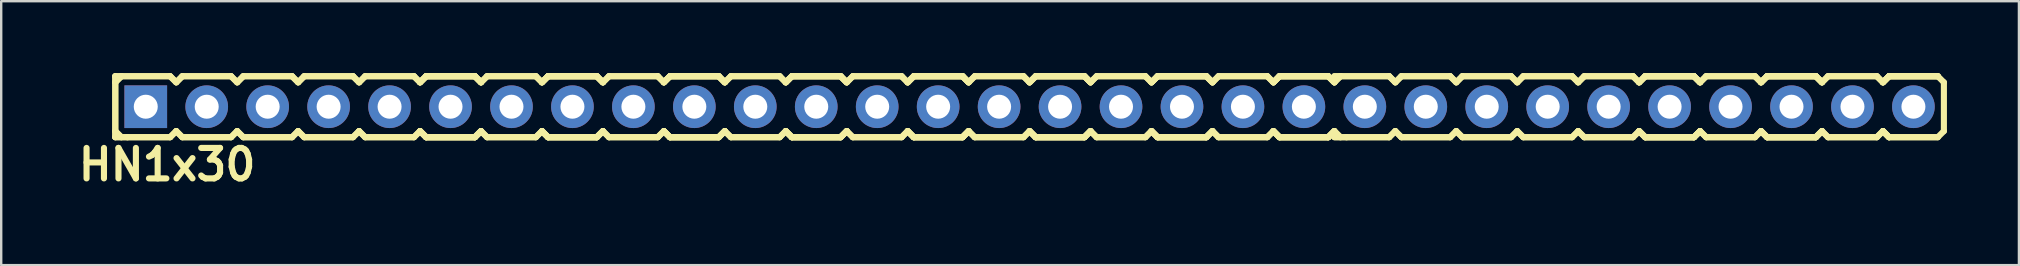
<source format=kicad_pcb>
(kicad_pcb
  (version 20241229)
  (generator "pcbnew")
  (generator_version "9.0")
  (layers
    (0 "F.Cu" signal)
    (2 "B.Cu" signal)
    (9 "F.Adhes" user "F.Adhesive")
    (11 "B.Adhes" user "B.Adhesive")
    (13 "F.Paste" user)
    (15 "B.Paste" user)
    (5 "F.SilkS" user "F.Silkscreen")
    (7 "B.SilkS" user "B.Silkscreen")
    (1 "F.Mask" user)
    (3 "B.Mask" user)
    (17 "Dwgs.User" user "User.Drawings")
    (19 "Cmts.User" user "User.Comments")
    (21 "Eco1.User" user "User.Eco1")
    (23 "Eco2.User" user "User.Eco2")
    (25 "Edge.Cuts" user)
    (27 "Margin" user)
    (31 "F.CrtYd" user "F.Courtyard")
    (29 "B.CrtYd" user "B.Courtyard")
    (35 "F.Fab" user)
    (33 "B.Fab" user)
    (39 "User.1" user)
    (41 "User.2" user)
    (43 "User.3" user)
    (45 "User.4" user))
  (footprint "HN1x30"
    (layer "F.Cu")
    (at 39.854 1.397)
    (property "Reference" "HN1x30" (at -35.941 2.413 0) (layer "F.SilkS") (effects (font (size 1.27 1.27) (thickness 0.254))))
    (attr through_hole)
    (fp_line (start -38.1 -1.27) (end -38.1 1.27) (stroke (width 0.254) (type solid)) (layer "F.SilkS"))
    (fp_line (start -38.1 -1.27) (end -38.1 1.27) (stroke (width 0.254) (type solid)) (layer "F.SilkS"))
    (fp_line (start -38.1 -1.27) (end -37.846 -1.27) (stroke (width 0.254) (type solid)) (layer "F.SilkS"))
    (fp_line (start -38.1 -1.27) (end -37.846 -1.27) (stroke (width 0.254) (type solid)) (layer "F.SilkS"))
    (fp_line (start -38.1 -1.016) (end -37.846 -1.27) (stroke (width 0.254) (type solid)) (layer "F.SilkS"))
    (fp_line (start -38.1 -1.016) (end -37.846 -1.27) (stroke (width 0.254) (type solid)) (layer "F.SilkS"))
    (fp_line (start -37.846 -1.27) (end -35.814 -1.27) (stroke (width 0.254) (type solid)) (layer "F.SilkS"))
    (fp_line (start -37.846 -1.27) (end -35.814 -1.27) (stroke (width 0.254) (type solid)) (layer "F.SilkS"))
    (fp_line (start -37.846 1.27) (end -38.1 1.016) (stroke (width 0.254) (type solid)) (layer "F.SilkS"))
    (fp_line (start -37.846 1.27) (end -38.1 1.016) (stroke (width 0.254) (type solid)) (layer "F.SilkS"))
    (fp_line (start -37.592 1.27) (end -38.1 1.27) (stroke (width 0.254) (type solid)) (layer "F.SilkS"))
    (fp_line (start -37.592 1.27) (end -38.1 1.27) (stroke (width 0.254) (type solid)) (layer "F.SilkS"))
    (fp_line (start -35.814 -1.27) (end -35.56 -1.016) (stroke (width 0.254) (type solid)) (layer "F.SilkS"))
    (fp_line (start -35.814 -1.27) (end -35.56 -1.016) (stroke (width 0.254) (type solid)) (layer "F.SilkS"))
    (fp_line (start -35.814 1.27) (end -37.592 1.27) (stroke (width 0.254) (type solid)) (layer "F.SilkS"))
    (fp_line (start -35.814 1.27) (end -37.592 1.27) (stroke (width 0.254) (type solid)) (layer "F.SilkS"))
    (fp_line (start -35.56 -1.016) (end -35.306 -1.27) (stroke (width 0.254) (type solid)) (layer "F.SilkS"))
    (fp_line (start -35.56 -1.016) (end -35.306 -1.27) (stroke (width 0.254) (type solid)) (layer "F.SilkS"))
    (fp_line (start -35.56 1.016) (end -35.814 1.27) (stroke (width 0.254) (type solid)) (layer "F.SilkS"))
    (fp_line (start -35.56 1.016) (end -35.814 1.27) (stroke (width 0.254) (type solid)) (layer "F.SilkS"))
    (fp_line (start -35.306 -1.27) (end -33.274 -1.27) (stroke (width 0.254) (type solid)) (layer "F.SilkS"))
    (fp_line (start -35.306 -1.27) (end -33.274 -1.27) (stroke (width 0.254) (type solid)) (layer "F.SilkS"))
    (fp_line (start -35.306 1.27) (end -35.56 1.016) (stroke (width 0.254) (type solid)) (layer "F.SilkS"))
    (fp_line (start -35.306 1.27) (end -35.56 1.016) (stroke (width 0.254) (type solid)) (layer "F.SilkS"))
    (fp_line (start -33.274 -1.27) (end -33.02 -1.016) (stroke (width 0.254) (type solid)) (layer "F.SilkS"))
    (fp_line (start -33.274 -1.27) (end -33.02 -1.016) (stroke (width 0.254) (type solid)) (layer "F.SilkS"))
    (fp_line (start -33.274 1.27) (end -35.306 1.27) (stroke (width 0.254) (type solid)) (layer "F.SilkS"))
    (fp_line (start -33.274 1.27) (end -35.306 1.27) (stroke (width 0.254) (type solid)) (layer "F.SilkS"))
    (fp_line (start -33.274 1.27) (end -33.02 1.016) (stroke (width 0.254) (type solid)) (layer "F.SilkS"))
    (fp_line (start -33.274 1.27) (end -33.02 1.016) (stroke (width 0.254) (type solid)) (layer "F.SilkS"))
    (fp_line (start -33.02 -1.016) (end -32.766 -1.27) (stroke (width 0.254) (type solid)) (layer "F.SilkS"))
    (fp_line (start -33.02 -1.016) (end -32.766 -1.27) (stroke (width 0.254) (type solid)) (layer "F.SilkS"))
    (fp_line (start -33.02 1.016) (end -32.766 1.27) (stroke (width 0.254) (type solid)) (layer "F.SilkS"))
    (fp_line (start -33.02 1.016) (end -32.766 1.27) (stroke (width 0.254) (type solid)) (layer "F.SilkS"))
    (fp_line (start -32.766 -1.27) (end -30.734 -1.27) (stroke (width 0.254) (type solid)) (layer "F.SilkS"))
    (fp_line (start -32.766 -1.27) (end -30.734 -1.27) (stroke (width 0.254) (type solid)) (layer "F.SilkS"))
    (fp_line (start -30.734 -1.27) (end -30.48 -1.016) (stroke (width 0.254) (type solid)) (layer "F.SilkS"))
    (fp_line (start -30.734 -1.27) (end -30.48 -1.016) (stroke (width 0.254) (type solid)) (layer "F.SilkS"))
    (fp_line (start -30.734 1.27) (end -32.766 1.27) (stroke (width 0.254) (type solid)) (layer "F.SilkS"))
    (fp_line (start -30.734 1.27) (end -32.766 1.27) (stroke (width 0.254) (type solid)) (layer "F.SilkS"))
    (fp_line (start -30.48 -1.016) (end -30.226 -1.27) (stroke (width 0.254) (type solid)) (layer "F.SilkS"))
    (fp_line (start -30.48 -1.016) (end -30.226 -1.27) (stroke (width 0.254) (type solid)) (layer "F.SilkS"))
    (fp_line (start -30.48 1.016) (end -30.734 1.27) (stroke (width 0.254) (type solid)) (layer "F.SilkS"))
    (fp_line (start -30.48 1.016) (end -30.734 1.27) (stroke (width 0.254) (type solid)) (layer "F.SilkS"))
    (fp_line (start -30.226 -1.27) (end -28.194 -1.27) (stroke (width 0.254) (type solid)) (layer "F.SilkS"))
    (fp_line (start -30.226 -1.27) (end -28.194 -1.27) (stroke (width 0.254) (type solid)) (layer "F.SilkS"))
    (fp_line (start -30.226 1.27) (end -30.48 1.016) (stroke (width 0.254) (type solid)) (layer "F.SilkS"))
    (fp_line (start -30.226 1.27) (end -30.48 1.016) (stroke (width 0.254) (type solid)) (layer "F.SilkS"))
    (fp_line (start -28.194 -1.27) (end -27.94 -1.016) (stroke (width 0.254) (type solid)) (layer "F.SilkS"))
    (fp_line (start -28.194 -1.27) (end -27.94 -1.016) (stroke (width 0.254) (type solid)) (layer "F.SilkS"))
    (fp_line (start -28.194 1.27) (end -30.226 1.27) (stroke (width 0.254) (type solid)) (layer "F.SilkS"))
    (fp_line (start -28.194 1.27) (end -30.226 1.27) (stroke (width 0.254) (type solid)) (layer "F.SilkS"))
    (fp_line (start -27.94 -1.016) (end -27.686 -1.27) (stroke (width 0.254) (type solid)) (layer "F.SilkS"))
    (fp_line (start -27.94 -1.016) (end -27.686 -1.27) (stroke (width 0.254) (type solid)) (layer "F.SilkS"))
    (fp_line (start -27.94 1.016) (end -28.194 1.27) (stroke (width 0.254) (type solid)) (layer "F.SilkS"))
    (fp_line (start -27.94 1.016) (end -28.194 1.27) (stroke (width 0.254) (type solid)) (layer "F.SilkS"))
    (fp_line (start -27.686 -1.27) (end -25.654 -1.27) (stroke (width 0.254) (type solid)) (layer "F.SilkS"))
    (fp_line (start -27.686 -1.27) (end -25.654 -1.27) (stroke (width 0.254) (type solid)) (layer "F.SilkS"))
    (fp_line (start -27.686 1.27) (end -27.94 1.016) (stroke (width 0.254) (type solid)) (layer "F.SilkS"))
    (fp_line (start -27.686 1.27) (end -27.94 1.016) (stroke (width 0.254) (type solid)) (layer "F.SilkS"))
    (fp_line (start -25.654 -1.27) (end -25.4 -1.016) (stroke (width 0.254) (type solid)) (layer "F.SilkS"))
    (fp_line (start -25.654 -1.27) (end -25.4 -1.016) (stroke (width 0.254) (type solid)) (layer "F.SilkS"))
    (fp_line (start -25.654 1.27) (end -27.686 1.27) (stroke (width 0.254) (type solid)) (layer "F.SilkS"))
    (fp_line (start -25.654 1.27) (end -27.686 1.27) (stroke (width 0.254) (type solid)) (layer "F.SilkS"))
    (fp_line (start -25.4 -1.016) (end -25.146 -1.27) (stroke (width 0.254) (type solid)) (layer "F.SilkS"))
    (fp_line (start -25.4 -1.016) (end -25.146 -1.27) (stroke (width 0.254) (type solid)) (layer "F.SilkS"))
    (fp_line (start -25.4 -1.016) (end -25.146 -1.27) (stroke (width 0.254) (type solid)) (layer "F.SilkS"))
    (fp_line (start -25.4 -1.016) (end -25.146 -1.27) (stroke (width 0.254) (type solid)) (layer "F.SilkS"))
    (fp_line (start -25.4 1.016) (end -25.654 1.27) (stroke (width 0.254) (type solid)) (layer "F.SilkS"))
    (fp_line (start -25.4 1.016) (end -25.654 1.27) (stroke (width 0.254) (type solid)) (layer "F.SilkS"))
    (fp_line (start -25.146 -1.27) (end -23.114 -1.27) (stroke (width 0.254) (type solid)) (layer "F.SilkS"))
    (fp_line (start -25.146 -1.27) (end -23.114 -1.27) (stroke (width 0.254) (type solid)) (layer "F.SilkS"))
    (fp_line (start -25.146 -1.27) (end -23.114 -1.27) (stroke (width 0.254) (type solid)) (layer "F.SilkS"))
    (fp_line (start -25.146 -1.27) (end -23.114 -1.27) (stroke (width 0.254) (type solid)) (layer "F.SilkS"))
    (fp_line (start -25.146 1.27) (end -25.4 1.016) (stroke (width 0.254) (type solid)) (layer "F.SilkS"))
    (fp_line (start -25.146 1.27) (end -25.4 1.016) (stroke (width 0.254) (type solid)) (layer "F.SilkS"))
    (fp_line (start -25.146 1.27) (end -25.4 1.016) (stroke (width 0.254) (type solid)) (layer "F.SilkS"))
    (fp_line (start -25.146 1.27) (end -25.4 1.016) (stroke (width 0.254) (type solid)) (layer "F.SilkS"))
    (fp_line (start -23.114 -1.27) (end -22.86 -1.016) (stroke (width 0.254) (type solid)) (layer "F.SilkS"))
    (fp_line (start -23.114 -1.27) (end -22.86 -1.016) (stroke (width 0.254) (type solid)) (layer "F.SilkS"))
    (fp_line (start -23.114 -1.27) (end -22.86 -1.016) (stroke (width 0.254) (type solid)) (layer "F.SilkS"))
    (fp_line (start -23.114 -1.27) (end -22.86 -1.016) (stroke (width 0.254) (type solid)) (layer "F.SilkS"))
    (fp_line (start -23.114 1.27) (end -25.146 1.27) (stroke (width 0.254) (type solid)) (layer "F.SilkS"))
    (fp_line (start -23.114 1.27) (end -25.146 1.27) (stroke (width 0.254) (type solid)) (layer "F.SilkS"))
    (fp_line (start -23.114 1.27) (end -25.146 1.27) (stroke (width 0.254) (type solid)) (layer "F.SilkS"))
    (fp_line (start -23.114 1.27) (end -25.146 1.27) (stroke (width 0.254) (type solid)) (layer "F.SilkS"))
    (fp_line (start -22.86 -1.016) (end -22.606 -1.27) (stroke (width 0.254) (type solid)) (layer "F.SilkS"))
    (fp_line (start -22.86 -1.016) (end -22.606 -1.27) (stroke (width 0.254) (type solid)) (layer "F.SilkS"))
    (fp_line (start -22.86 1.016) (end -23.114 1.27) (stroke (width 0.254) (type solid)) (layer "F.SilkS"))
    (fp_line (start -22.86 1.016) (end -23.114 1.27) (stroke (width 0.254) (type solid)) (layer "F.SilkS"))
    (fp_line (start -22.86 1.016) (end -23.114 1.27) (stroke (width 0.254) (type solid)) (layer "F.SilkS"))
    (fp_line (start -22.86 1.016) (end -23.114 1.27) (stroke (width 0.254) (type solid)) (layer "F.SilkS"))
    (fp_line (start -22.606 -1.27) (end -20.574 -1.27) (stroke (width 0.254) (type solid)) (layer "F.SilkS"))
    (fp_line (start -22.606 -1.27) (end -20.574 -1.27) (stroke (width 0.254) (type solid)) (layer "F.SilkS"))
    (fp_line (start -22.606 1.27) (end -22.86 1.016) (stroke (width 0.254) (type solid)) (layer "F.SilkS"))
    (fp_line (start -22.606 1.27) (end -22.86 1.016) (stroke (width 0.254) (type solid)) (layer "F.SilkS"))
    (fp_line (start -20.574 -1.27) (end -20.32 -1.016) (stroke (width 0.254) (type solid)) (layer "F.SilkS"))
    (fp_line (start -20.574 -1.27) (end -20.32 -1.016) (stroke (width 0.254) (type solid)) (layer "F.SilkS"))
    (fp_line (start -20.574 1.27) (end -22.606 1.27) (stroke (width 0.254) (type solid)) (layer "F.SilkS"))
    (fp_line (start -20.574 1.27) (end -22.606 1.27) (stroke (width 0.254) (type solid)) (layer "F.SilkS"))
    (fp_line (start -20.32 -1.016) (end -20.066 -1.27) (stroke (width 0.254) (type solid)) (layer "F.SilkS"))
    (fp_line (start -20.32 -1.016) (end -20.066 -1.27) (stroke (width 0.254) (type solid)) (layer "F.SilkS"))
    (fp_line (start -20.32 -1.016) (end -20.066 -1.27) (stroke (width 0.254) (type solid)) (layer "F.SilkS"))
    (fp_line (start -20.32 -1.016) (end -20.066 -1.27) (stroke (width 0.254) (type solid)) (layer "F.SilkS"))
    (fp_line (start -20.32 1.016) (end -20.574 1.27) (stroke (width 0.254) (type solid)) (layer "F.SilkS"))
    (fp_line (start -20.32 1.016) (end -20.574 1.27) (stroke (width 0.254) (type solid)) (layer "F.SilkS"))
    (fp_line (start -20.066 -1.27) (end -18.034 -1.27) (stroke (width 0.254) (type solid)) (layer "F.SilkS"))
    (fp_line (start -20.066 -1.27) (end -18.034 -1.27) (stroke (width 0.254) (type solid)) (layer "F.SilkS"))
    (fp_line (start -20.066 -1.27) (end -18.034 -1.27) (stroke (width 0.254) (type solid)) (layer "F.SilkS"))
    (fp_line (start -20.066 -1.27) (end -18.034 -1.27) (stroke (width 0.254) (type solid)) (layer "F.SilkS"))
    (fp_line (start -20.066 1.27) (end -20.32 1.016) (stroke (width 0.254) (type solid)) (layer "F.SilkS"))
    (fp_line (start -20.066 1.27) (end -20.32 1.016) (stroke (width 0.254) (type solid)) (layer "F.SilkS"))
    (fp_line (start -20.066 1.27) (end -20.32 1.016) (stroke (width 0.254) (type solid)) (layer "F.SilkS"))
    (fp_line (start -20.066 1.27) (end -20.32 1.016) (stroke (width 0.254) (type solid)) (layer "F.SilkS"))
    (fp_line (start -18.034 -1.27) (end -17.78 -1.016) (stroke (width 0.254) (type solid)) (layer "F.SilkS"))
    (fp_line (start -18.034 -1.27) (end -17.78 -1.016) (stroke (width 0.254) (type solid)) (layer "F.SilkS"))
    (fp_line (start -18.034 -1.27) (end -17.78 -1.016) (stroke (width 0.254) (type solid)) (layer "F.SilkS"))
    (fp_line (start -18.034 -1.27) (end -17.78 -1.016) (stroke (width 0.254) (type solid)) (layer "F.SilkS"))
    (fp_line (start -18.034 1.27) (end -20.066 1.27) (stroke (width 0.254) (type solid)) (layer "F.SilkS"))
    (fp_line (start -18.034 1.27) (end -20.066 1.27) (stroke (width 0.254) (type solid)) (layer "F.SilkS"))
    (fp_line (start -18.034 1.27) (end -20.066 1.27) (stroke (width 0.254) (type solid)) (layer "F.SilkS"))
    (fp_line (start -18.034 1.27) (end -20.066 1.27) (stroke (width 0.254) (type solid)) (layer "F.SilkS"))
    (fp_line (start -17.78 -1.016) (end -17.526 -1.27) (stroke (width 0.254) (type solid)) (layer "F.SilkS"))
    (fp_line (start -17.78 -1.016) (end -17.526 -1.27) (stroke (width 0.254) (type solid)) (layer "F.SilkS"))
    (fp_line (start -17.78 1.016) (end -18.034 1.27) (stroke (width 0.254) (type solid)) (layer "F.SilkS"))
    (fp_line (start -17.78 1.016) (end -18.034 1.27) (stroke (width 0.254) (type solid)) (layer "F.SilkS"))
    (fp_line (start -17.78 1.016) (end -18.034 1.27) (stroke (width 0.254) (type solid)) (layer "F.SilkS"))
    (fp_line (start -17.78 1.016) (end -18.034 1.27) (stroke (width 0.254) (type solid)) (layer "F.SilkS"))
    (fp_line (start -17.526 -1.27) (end -15.494 -1.27) (stroke (width 0.254) (type solid)) (layer "F.SilkS"))
    (fp_line (start -17.526 -1.27) (end -15.494 -1.27) (stroke (width 0.254) (type solid)) (layer "F.SilkS"))
    (fp_line (start -17.526 1.27) (end -17.78 1.016) (stroke (width 0.254) (type solid)) (layer "F.SilkS"))
    (fp_line (start -17.526 1.27) (end -17.78 1.016) (stroke (width 0.254) (type solid)) (layer "F.SilkS"))
    (fp_line (start -15.494 -1.27) (end -15.24 -1.016) (stroke (width 0.254) (type solid)) (layer "F.SilkS"))
    (fp_line (start -15.494 -1.27) (end -15.24 -1.016) (stroke (width 0.254) (type solid)) (layer "F.SilkS"))
    (fp_line (start -15.494 1.27) (end -17.526 1.27) (stroke (width 0.254) (type solid)) (layer "F.SilkS"))
    (fp_line (start -15.494 1.27) (end -17.526 1.27) (stroke (width 0.254) (type solid)) (layer "F.SilkS"))
    (fp_line (start -15.24 -1.016) (end -14.986 -1.27) (stroke (width 0.254) (type solid)) (layer "F.SilkS"))
    (fp_line (start -15.24 -1.016) (end -14.986 -1.27) (stroke (width 0.254) (type solid)) (layer "F.SilkS"))
    (fp_line (start -15.24 -1.016) (end -14.986 -1.27) (stroke (width 0.254) (type solid)) (layer "F.SilkS"))
    (fp_line (start -15.24 -1.016) (end -14.986 -1.27) (stroke (width 0.254) (type solid)) (layer "F.SilkS"))
    (fp_line (start -15.24 1.016) (end -15.494 1.27) (stroke (width 0.254) (type solid)) (layer "F.SilkS"))
    (fp_line (start -15.24 1.016) (end -15.494 1.27) (stroke (width 0.254) (type solid)) (layer "F.SilkS"))
    (fp_line (start -14.986 -1.27) (end -12.954 -1.27) (stroke (width 0.254) (type solid)) (layer "F.SilkS"))
    (fp_line (start -14.986 -1.27) (end -12.954 -1.27) (stroke (width 0.254) (type solid)) (layer "F.SilkS"))
    (fp_line (start -14.986 -1.27) (end -12.954 -1.27) (stroke (width 0.254) (type solid)) (layer "F.SilkS"))
    (fp_line (start -14.986 -1.27) (end -12.954 -1.27) (stroke (width 0.254) (type solid)) (layer "F.SilkS"))
    (fp_line (start -14.986 1.27) (end -15.24 1.016) (stroke (width 0.254) (type solid)) (layer "F.SilkS"))
    (fp_line (start -14.986 1.27) (end -15.24 1.016) (stroke (width 0.254) (type solid)) (layer "F.SilkS"))
    (fp_line (start -14.986 1.27) (end -15.24 1.016) (stroke (width 0.254) (type solid)) (layer "F.SilkS"))
    (fp_line (start -14.986 1.27) (end -15.24 1.016) (stroke (width 0.254) (type solid)) (layer "F.SilkS"))
    (fp_line (start -12.954 -1.27) (end -12.7 -1.016) (stroke (width 0.254) (type solid)) (layer "F.SilkS"))
    (fp_line (start -12.954 -1.27) (end -12.7 -1.016) (stroke (width 0.254) (type solid)) (layer "F.SilkS"))
    (fp_line (start -12.954 -1.27) (end -12.7 -1.016) (stroke (width 0.254) (type solid)) (layer "F.SilkS"))
    (fp_line (start -12.954 -1.27) (end -12.7 -1.016) (stroke (width 0.254) (type solid)) (layer "F.SilkS"))
    (fp_line (start -12.954 1.27) (end -14.986 1.27) (stroke (width 0.254) (type solid)) (layer "F.SilkS"))
    (fp_line (start -12.954 1.27) (end -14.986 1.27) (stroke (width 0.254) (type solid)) (layer "F.SilkS"))
    (fp_line (start -12.954 1.27) (end -14.986 1.27) (stroke (width 0.254) (type solid)) (layer "F.SilkS"))
    (fp_line (start -12.954 1.27) (end -14.986 1.27) (stroke (width 0.254) (type solid)) (layer "F.SilkS"))
    (fp_line (start -12.7 -1.016) (end -12.446 -1.27) (stroke (width 0.254) (type solid)) (layer "F.SilkS"))
    (fp_line (start -12.7 -1.016) (end -12.446 -1.27) (stroke (width 0.254) (type solid)) (layer "F.SilkS"))
    (fp_line (start -12.7 1.016) (end -12.954 1.27) (stroke (width 0.254) (type solid)) (layer "F.SilkS"))
    (fp_line (start -12.7 1.016) (end -12.954 1.27) (stroke (width 0.254) (type solid)) (layer "F.SilkS"))
    (fp_line (start -12.7 1.016) (end -12.954 1.27) (stroke (width 0.254) (type solid)) (layer "F.SilkS"))
    (fp_line (start -12.7 1.016) (end -12.954 1.27) (stroke (width 0.254) (type solid)) (layer "F.SilkS"))
    (fp_line (start -12.446 -1.27) (end -10.414 -1.27) (stroke (width 0.254) (type solid)) (layer "F.SilkS"))
    (fp_line (start -12.446 -1.27) (end -10.414 -1.27) (stroke (width 0.254) (type solid)) (layer "F.SilkS"))
    (fp_line (start -12.446 1.27) (end -12.7 1.016) (stroke (width 0.254) (type solid)) (layer "F.SilkS"))
    (fp_line (start -12.446 1.27) (end -12.7 1.016) (stroke (width 0.254) (type solid)) (layer "F.SilkS"))
    (fp_line (start -10.414 -1.27) (end -10.16 -1.016) (stroke (width 0.254) (type solid)) (layer "F.SilkS"))
    (fp_line (start -10.414 -1.27) (end -10.16 -1.016) (stroke (width 0.254) (type solid)) (layer "F.SilkS"))
    (fp_line (start -10.414 1.27) (end -12.446 1.27) (stroke (width 0.254) (type solid)) (layer "F.SilkS"))
    (fp_line (start -10.414 1.27) (end -12.446 1.27) (stroke (width 0.254) (type solid)) (layer "F.SilkS"))
    (fp_line (start -10.16 -1.016) (end -9.906 -1.27) (stroke (width 0.254) (type solid)) (layer "F.SilkS"))
    (fp_line (start -10.16 -1.016) (end -9.906 -1.27) (stroke (width 0.254) (type solid)) (layer "F.SilkS"))
    (fp_line (start -10.16 -1.016) (end -9.906 -1.27) (stroke (width 0.254) (type solid)) (layer "F.SilkS"))
    (fp_line (start -10.16 -1.016) (end -9.906 -1.27) (stroke (width 0.254) (type solid)) (layer "F.SilkS"))
    (fp_line (start -10.16 1.016) (end -10.414 1.27) (stroke (width 0.254) (type solid)) (layer "F.SilkS"))
    (fp_line (start -10.16 1.016) (end -10.414 1.27) (stroke (width 0.254) (type solid)) (layer "F.SilkS"))
    (fp_line (start -9.906 -1.27) (end -7.874 -1.27) (stroke (width 0.254) (type solid)) (layer "F.SilkS"))
    (fp_line (start -9.906 -1.27) (end -7.874 -1.27) (stroke (width 0.254) (type solid)) (layer "F.SilkS"))
    (fp_line (start -9.906 -1.27) (end -7.874 -1.27) (stroke (width 0.254) (type solid)) (layer "F.SilkS"))
    (fp_line (start -9.906 -1.27) (end -7.874 -1.27) (stroke (width 0.254) (type solid)) (layer "F.SilkS"))
    (fp_line (start -9.906 1.27) (end -10.16 1.016) (stroke (width 0.254) (type solid)) (layer "F.SilkS"))
    (fp_line (start -9.906 1.27) (end -10.16 1.016) (stroke (width 0.254) (type solid)) (layer "F.SilkS"))
    (fp_line (start -9.906 1.27) (end -10.16 1.016) (stroke (width 0.254) (type solid)) (layer "F.SilkS"))
    (fp_line (start -9.906 1.27) (end -10.16 1.016) (stroke (width 0.254) (type solid)) (layer "F.SilkS"))
    (fp_line (start -7.874 -1.27) (end -7.62 -1.016) (stroke (width 0.254) (type solid)) (layer "F.SilkS"))
    (fp_line (start -7.874 -1.27) (end -7.62 -1.016) (stroke (width 0.254) (type solid)) (layer "F.SilkS"))
    (fp_line (start -7.874 -1.27) (end -7.62 -1.016) (stroke (width 0.254) (type solid)) (layer "F.SilkS"))
    (fp_line (start -7.874 -1.27) (end -7.62 -1.016) (stroke (width 0.254) (type solid)) (layer "F.SilkS"))
    (fp_line (start -7.874 1.27) (end -9.906 1.27) (stroke (width 0.254) (type solid)) (layer "F.SilkS"))
    (fp_line (start -7.874 1.27) (end -9.906 1.27) (stroke (width 0.254) (type solid)) (layer "F.SilkS"))
    (fp_line (start -7.874 1.27) (end -9.906 1.27) (stroke (width 0.254) (type solid)) (layer "F.SilkS"))
    (fp_line (start -7.874 1.27) (end -9.906 1.27) (stroke (width 0.254) (type solid)) (layer "F.SilkS"))
    (fp_line (start -7.62 -1.016) (end -7.366 -1.27) (stroke (width 0.254) (type solid)) (layer "F.SilkS"))
    (fp_line (start -7.62 -1.016) (end -7.366 -1.27) (stroke (width 0.254) (type solid)) (layer "F.SilkS"))
    (fp_line (start -7.62 1.016) (end -7.874 1.27) (stroke (width 0.254) (type solid)) (layer "F.SilkS"))
    (fp_line (start -7.62 1.016) (end -7.874 1.27) (stroke (width 0.254) (type solid)) (layer "F.SilkS"))
    (fp_line (start -7.62 1.016) (end -7.874 1.27) (stroke (width 0.254) (type solid)) (layer "F.SilkS"))
    (fp_line (start -7.62 1.016) (end -7.874 1.27) (stroke (width 0.254) (type solid)) (layer "F.SilkS"))
    (fp_line (start -7.366 -1.27) (end -5.334 -1.27) (stroke (width 0.254) (type solid)) (layer "F.SilkS"))
    (fp_line (start -7.366 -1.27) (end -5.334 -1.27) (stroke (width 0.254) (type solid)) (layer "F.SilkS"))
    (fp_line (start -7.366 1.27) (end -7.62 1.016) (stroke (width 0.254) (type solid)) (layer "F.SilkS"))
    (fp_line (start -7.366 1.27) (end -7.62 1.016) (stroke (width 0.254) (type solid)) (layer "F.SilkS"))
    (fp_line (start -5.334 -1.27) (end -5.08 -1.016) (stroke (width 0.254) (type solid)) (layer "F.SilkS"))
    (fp_line (start -5.334 -1.27) (end -5.08 -1.016) (stroke (width 0.254) (type solid)) (layer "F.SilkS"))
    (fp_line (start -5.334 1.27) (end -7.366 1.27) (stroke (width 0.254) (type solid)) (layer "F.SilkS"))
    (fp_line (start -5.334 1.27) (end -7.366 1.27) (stroke (width 0.254) (type solid)) (layer "F.SilkS"))
    (fp_line (start -5.08 -1.016) (end -4.826 -1.27) (stroke (width 0.254) (type solid)) (layer "F.SilkS"))
    (fp_line (start -5.08 -1.016) (end -4.826 -1.27) (stroke (width 0.254) (type solid)) (layer "F.SilkS"))
    (fp_line (start -5.08 -1.016) (end -4.826 -1.27) (stroke (width 0.254) (type solid)) (layer "F.SilkS"))
    (fp_line (start -5.08 -1.016) (end -4.826 -1.27) (stroke (width 0.254) (type solid)) (layer "F.SilkS"))
    (fp_line (start -5.08 1.016) (end -5.334 1.27) (stroke (width 0.254) (type solid)) (layer "F.SilkS"))
    (fp_line (start -5.08 1.016) (end -5.334 1.27) (stroke (width 0.254) (type solid)) (layer "F.SilkS"))
    (fp_line (start -4.826 -1.27) (end -2.794 -1.27) (stroke (width 0.254) (type solid)) (layer "F.SilkS"))
    (fp_line (start -4.826 -1.27) (end -2.794 -1.27) (stroke (width 0.254) (type solid)) (layer "F.SilkS"))
    (fp_line (start -4.826 -1.27) (end -2.794 -1.27) (stroke (width 0.254) (type solid)) (layer "F.SilkS"))
    (fp_line (start -4.826 -1.27) (end -2.794 -1.27) (stroke (width 0.254) (type solid)) (layer "F.SilkS"))
    (fp_line (start -4.826 1.27) (end -5.08 1.016) (stroke (width 0.254) (type solid)) (layer "F.SilkS"))
    (fp_line (start -4.826 1.27) (end -5.08 1.016) (stroke (width 0.254) (type solid)) (layer "F.SilkS"))
    (fp_line (start -4.826 1.27) (end -5.08 1.016) (stroke (width 0.254) (type solid)) (layer "F.SilkS"))
    (fp_line (start -4.826 1.27) (end -5.08 1.016) (stroke (width 0.254) (type solid)) (layer "F.SilkS"))
    (fp_line (start -2.794 -1.27) (end -2.54 -1.016) (stroke (width 0.254) (type solid)) (layer "F.SilkS"))
    (fp_line (start -2.794 -1.27) (end -2.54 -1.016) (stroke (width 0.254) (type solid)) (layer "F.SilkS"))
    (fp_line (start -2.794 -1.27) (end -2.54 -1.016) (stroke (width 0.254) (type solid)) (layer "F.SilkS"))
    (fp_line (start -2.794 -1.27) (end -2.54 -1.016) (stroke (width 0.254) (type solid)) (layer "F.SilkS"))
    (fp_line (start -2.794 1.27) (end -4.826 1.27) (stroke (width 0.254) (type solid)) (layer "F.SilkS"))
    (fp_line (start -2.794 1.27) (end -4.826 1.27) (stroke (width 0.254) (type solid)) (layer "F.SilkS"))
    (fp_line (start -2.794 1.27) (end -4.826 1.27) (stroke (width 0.254) (type solid)) (layer "F.SilkS"))
    (fp_line (start -2.794 1.27) (end -4.826 1.27) (stroke (width 0.254) (type solid)) (layer "F.SilkS"))
    (fp_line (start -2.54 -1.016) (end -2.286 -1.27) (stroke (width 0.254) (type solid)) (layer "F.SilkS"))
    (fp_line (start -2.54 -1.016) (end -2.286 -1.27) (stroke (width 0.254) (type solid)) (layer "F.SilkS"))
    (fp_line (start -2.54 1.016) (end -2.794 1.27) (stroke (width 0.254) (type solid)) (layer "F.SilkS"))
    (fp_line (start -2.54 1.016) (end -2.794 1.27) (stroke (width 0.254) (type solid)) (layer "F.SilkS"))
    (fp_line (start -2.54 1.016) (end -2.794 1.27) (stroke (width 0.254) (type solid)) (layer "F.SilkS"))
    (fp_line (start -2.54 1.016) (end -2.794 1.27) (stroke (width 0.254) (type solid)) (layer "F.SilkS"))
    (fp_line (start -2.286 -1.27) (end -0.254 -1.27) (stroke (width 0.254) (type solid)) (layer "F.SilkS"))
    (fp_line (start -2.286 -1.27) (end -0.254 -1.27) (stroke (width 0.254) (type solid)) (layer "F.SilkS"))
    (fp_line (start -2.286 1.27) (end -2.54 1.016) (stroke (width 0.254) (type solid)) (layer "F.SilkS"))
    (fp_line (start -2.286 1.27) (end -2.54 1.016) (stroke (width 0.254) (type solid)) (layer "F.SilkS"))
    (fp_line (start -0.254 -1.27) (end 0 -1.016) (stroke (width 0.254) (type solid)) (layer "F.SilkS"))
    (fp_line (start -0.254 -1.27) (end 0 -1.016) (stroke (width 0.254) (type solid)) (layer "F.SilkS"))
    (fp_line (start -0.254 1.27) (end -2.286 1.27) (stroke (width 0.254) (type solid)) (layer "F.SilkS"))
    (fp_line (start -0.254 1.27) (end -2.286 1.27) (stroke (width 0.254) (type solid)) (layer "F.SilkS"))
    (fp_line (start 0 -1.016) (end 0.254 -1.27) (stroke (width 0.254) (type solid)) (layer "F.SilkS"))
    (fp_line (start 0 -1.016) (end 0.254 -1.27) (stroke (width 0.254) (type solid)) (layer "F.SilkS"))
    (fp_line (start 0 -1.016) (end 0.254 -1.27) (stroke (width 0.254) (type solid)) (layer "F.SilkS"))
    (fp_line (start 0 -1.016) (end 0.254 -1.27) (stroke (width 0.254) (type solid)) (layer "F.SilkS"))
    (fp_line (start 0 1.016) (end -0.254 1.27) (stroke (width 0.254) (type solid)) (layer "F.SilkS"))
    (fp_line (start 0 1.016) (end -0.254 1.27) (stroke (width 0.254) (type solid)) (layer "F.SilkS"))
    (fp_line (start 0.254 -1.27) (end 2.286 -1.27) (stroke (width 0.254) (type solid)) (layer "F.SilkS"))
    (fp_line (start 0.254 -1.27) (end 2.286 -1.27) (stroke (width 0.254) (type solid)) (layer "F.SilkS"))
    (fp_line (start 0.254 -1.27) (end 2.286 -1.27) (stroke (width 0.254) (type solid)) (layer "F.SilkS"))
    (fp_line (start 0.254 -1.27) (end 2.286 -1.27) (stroke (width 0.254) (type solid)) (layer "F.SilkS"))
    (fp_line (start 0.254 1.27) (end 0 1.016) (stroke (width 0.254) (type solid)) (layer "F.SilkS"))
    (fp_line (start 0.254 1.27) (end 0 1.016) (stroke (width 0.254) (type solid)) (layer "F.SilkS"))
    (fp_line (start 0.254 1.27) (end 0 1.016) (stroke (width 0.254) (type solid)) (layer "F.SilkS"))
    (fp_line (start 0.254 1.27) (end 0 1.016) (stroke (width 0.254) (type solid)) (layer "F.SilkS"))
    (fp_line (start 2.286 -1.27) (end 2.54 -1.016) (stroke (width 0.254) (type solid)) (layer "F.SilkS"))
    (fp_line (start 2.286 -1.27) (end 2.54 -1.016) (stroke (width 0.254) (type solid)) (layer "F.SilkS"))
    (fp_line (start 2.286 -1.27) (end 2.54 -1.016) (stroke (width 0.254) (type solid)) (layer "F.SilkS"))
    (fp_line (start 2.286 -1.27) (end 2.54 -1.016) (stroke (width 0.254) (type solid)) (layer "F.SilkS"))
    (fp_line (start 2.286 1.27) (end 0.254 1.27) (stroke (width 0.254) (type solid)) (layer "F.SilkS"))
    (fp_line (start 2.286 1.27) (end 0.254 1.27) (stroke (width 0.254) (type solid)) (layer "F.SilkS"))
    (fp_line (start 2.286 1.27) (end 0.254 1.27) (stroke (width 0.254) (type solid)) (layer "F.SilkS"))
    (fp_line (start 2.286 1.27) (end 0.254 1.27) (stroke (width 0.254) (type solid)) (layer "F.SilkS"))
    (fp_line (start 2.54 -1.016) (end 2.794 -1.27) (stroke (width 0.254) (type solid)) (layer "F.SilkS"))
    (fp_line (start 2.54 -1.016) (end 2.794 -1.27) (stroke (width 0.254) (type solid)) (layer "F.SilkS"))
    (fp_line (start 2.54 1.016) (end 2.286 1.27) (stroke (width 0.254) (type solid)) (layer "F.SilkS"))
    (fp_line (start 2.54 1.016) (end 2.286 1.27) (stroke (width 0.254) (type solid)) (layer "F.SilkS"))
    (fp_line (start 2.54 1.016) (end 2.286 1.27) (stroke (width 0.254) (type solid)) (layer "F.SilkS"))
    (fp_line (start 2.54 1.016) (end 2.286 1.27) (stroke (width 0.254) (type solid)) (layer "F.SilkS"))
    (fp_line (start 2.794 -1.27) (end 4.826 -1.27) (stroke (width 0.254) (type solid)) (layer "F.SilkS"))
    (fp_line (start 2.794 -1.27) (end 4.826 -1.27) (stroke (width 0.254) (type solid)) (layer "F.SilkS"))
    (fp_line (start 2.794 1.27) (end 2.54 1.016) (stroke (width 0.254) (type solid)) (layer "F.SilkS"))
    (fp_line (start 2.794 1.27) (end 2.54 1.016) (stroke (width 0.254) (type solid)) (layer "F.SilkS"))
    (fp_line (start 4.826 -1.27) (end 5.08 -1.016) (stroke (width 0.254) (type solid)) (layer "F.SilkS"))
    (fp_line (start 4.826 -1.27) (end 5.08 -1.016) (stroke (width 0.254) (type solid)) (layer "F.SilkS"))
    (fp_line (start 4.826 1.27) (end 2.794 1.27) (stroke (width 0.254) (type solid)) (layer "F.SilkS"))
    (fp_line (start 4.826 1.27) (end 2.794 1.27) (stroke (width 0.254) (type solid)) (layer "F.SilkS"))
    (fp_line (start 5.08 -1.016) (end 5.334 -1.27) (stroke (width 0.254) (type solid)) (layer "F.SilkS"))
    (fp_line (start 5.08 -1.016) (end 5.334 -1.27) (stroke (width 0.254) (type solid)) (layer "F.SilkS"))
    (fp_line (start 5.08 -1.016) (end 5.334 -1.27) (stroke (width 0.254) (type solid)) (layer "F.SilkS"))
    (fp_line (start 5.08 -1.016) (end 5.334 -1.27) (stroke (width 0.254) (type solid)) (layer "F.SilkS"))
    (fp_line (start 5.08 1.016) (end 4.826 1.27) (stroke (width 0.254) (type solid)) (layer "F.SilkS"))
    (fp_line (start 5.08 1.016) (end 4.826 1.27) (stroke (width 0.254) (type solid)) (layer "F.SilkS"))
    (fp_line (start 5.334 -1.27) (end 7.366 -1.27) (stroke (width 0.254) (type solid)) (layer "F.SilkS"))
    (fp_line (start 5.334 -1.27) (end 7.366 -1.27) (stroke (width 0.254) (type solid)) (layer "F.SilkS"))
    (fp_line (start 5.334 -1.27) (end 7.366 -1.27) (stroke (width 0.254) (type solid)) (layer "F.SilkS"))
    (fp_line (start 5.334 -1.27) (end 7.366 -1.27) (stroke (width 0.254) (type solid)) (layer "F.SilkS"))
    (fp_line (start 5.334 1.27) (end 5.08 1.016) (stroke (width 0.254) (type solid)) (layer "F.SilkS"))
    (fp_line (start 5.334 1.27) (end 5.08 1.016) (stroke (width 0.254) (type solid)) (layer "F.SilkS"))
    (fp_line (start 5.334 1.27) (end 5.08 1.016) (stroke (width 0.254) (type solid)) (layer "F.SilkS"))
    (fp_line (start 5.334 1.27) (end 5.08 1.016) (stroke (width 0.254) (type solid)) (layer "F.SilkS"))
    (fp_line (start 7.366 -1.27) (end 7.62 -1.016) (stroke (width 0.254) (type solid)) (layer "F.SilkS"))
    (fp_line (start 7.366 -1.27) (end 7.62 -1.016) (stroke (width 0.254) (type solid)) (layer "F.SilkS"))
    (fp_line (start 7.366 -1.27) (end 7.62 -1.016) (stroke (width 0.254) (type solid)) (layer "F.SilkS"))
    (fp_line (start 7.366 -1.27) (end 7.62 -1.016) (stroke (width 0.254) (type solid)) (layer "F.SilkS"))
    (fp_line (start 7.366 1.27) (end 5.334 1.27) (stroke (width 0.254) (type solid)) (layer "F.SilkS"))
    (fp_line (start 7.366 1.27) (end 5.334 1.27) (stroke (width 0.254) (type solid)) (layer "F.SilkS"))
    (fp_line (start 7.366 1.27) (end 5.334 1.27) (stroke (width 0.254) (type solid)) (layer "F.SilkS"))
    (fp_line (start 7.366 1.27) (end 5.334 1.27) (stroke (width 0.254) (type solid)) (layer "F.SilkS"))
    (fp_line (start 7.62 -1.016) (end 7.874 -1.27) (stroke (width 0.254) (type solid)) (layer "F.SilkS"))
    (fp_line (start 7.62 -1.016) (end 7.874 -1.27) (stroke (width 0.254) (type solid)) (layer "F.SilkS"))
    (fp_line (start 7.62 1.016) (end 7.366 1.27) (stroke (width 0.254) (type solid)) (layer "F.SilkS"))
    (fp_line (start 7.62 1.016) (end 7.366 1.27) (stroke (width 0.254) (type solid)) (layer "F.SilkS"))
    (fp_line (start 7.62 1.016) (end 7.366 1.27) (stroke (width 0.254) (type solid)) (layer "F.SilkS"))
    (fp_line (start 7.62 1.016) (end 7.366 1.27) (stroke (width 0.254) (type solid)) (layer "F.SilkS"))
    (fp_line (start 7.874 -1.27) (end 9.906 -1.27) (stroke (width 0.254) (type solid)) (layer "F.SilkS"))
    (fp_line (start 7.874 -1.27) (end 9.906 -1.27) (stroke (width 0.254) (type solid)) (layer "F.SilkS"))
    (fp_line (start 7.874 1.27) (end 7.62 1.016) (stroke (width 0.254) (type solid)) (layer "F.SilkS"))
    (fp_line (start 7.874 1.27) (end 7.62 1.016) (stroke (width 0.254) (type solid)) (layer "F.SilkS"))
    (fp_line (start 9.906 -1.27) (end 10.16 -1.016) (stroke (width 0.254) (type solid)) (layer "F.SilkS"))
    (fp_line (start 9.906 -1.27) (end 10.16 -1.016) (stroke (width 0.254) (type solid)) (layer "F.SilkS"))
    (fp_line (start 9.906 1.27) (end 7.874 1.27) (stroke (width 0.254) (type solid)) (layer "F.SilkS"))
    (fp_line (start 9.906 1.27) (end 7.874 1.27) (stroke (width 0.254) (type solid)) (layer "F.SilkS"))
    (fp_line (start 10.16 -1.016) (end 10.414 -1.27) (stroke (width 0.254) (type solid)) (layer "F.SilkS"))
    (fp_line (start 10.16 -1.016) (end 10.414 -1.27) (stroke (width 0.254) (type solid)) (layer "F.SilkS"))
    (fp_line (start 10.16 -1.016) (end 10.414 -1.27) (stroke (width 0.254) (type solid)) (layer "F.SilkS"))
    (fp_line (start 10.16 -1.016) (end 10.414 -1.27) (stroke (width 0.254) (type solid)) (layer "F.SilkS"))
    (fp_line (start 10.16 1.016) (end 9.906 1.27) (stroke (width 0.254) (type solid)) (layer "F.SilkS"))
    (fp_line (start 10.16 1.016) (end 9.906 1.27) (stroke (width 0.254) (type solid)) (layer "F.SilkS"))
    (fp_line (start 10.414 -1.27) (end 12.446 -1.27) (stroke (width 0.254) (type solid)) (layer "F.SilkS"))
    (fp_line (start 10.414 -1.27) (end 12.446 -1.27) (stroke (width 0.254) (type solid)) (layer "F.SilkS"))
    (fp_line (start 10.414 -1.27) (end 12.446 -1.27) (stroke (width 0.254) (type solid)) (layer "F.SilkS"))
    (fp_line (start 10.414 -1.27) (end 12.446 -1.27) (stroke (width 0.254) (type solid)) (layer "F.SilkS"))
    (fp_line (start 10.414 1.27) (end 10.16 1.016) (stroke (width 0.254) (type solid)) (layer "F.SilkS"))
    (fp_line (start 10.414 1.27) (end 10.16 1.016) (stroke (width 0.254) (type solid)) (layer "F.SilkS"))
    (fp_line (start 10.414 1.27) (end 10.16 1.016) (stroke (width 0.254) (type solid)) (layer "F.SilkS"))
    (fp_line (start 10.414 1.27) (end 10.16 1.016) (stroke (width 0.254) (type solid)) (layer "F.SilkS"))
    (fp_line (start 12.446 -1.27) (end 12.7 -1.016) (stroke (width 0.254) (type solid)) (layer "F.SilkS"))
    (fp_line (start 12.446 -1.27) (end 12.7 -1.016) (stroke (width 0.254) (type solid)) (layer "F.SilkS"))
    (fp_line (start 12.446 -1.27) (end 12.7 -1.016) (stroke (width 0.254) (type solid)) (layer "F.SilkS"))
    (fp_line (start 12.446 -1.27) (end 12.7 -1.016) (stroke (width 0.254) (type solid)) (layer "F.SilkS"))
    (fp_line (start 12.446 1.27) (end 10.414 1.27) (stroke (width 0.254) (type solid)) (layer "F.SilkS"))
    (fp_line (start 12.446 1.27) (end 10.414 1.27) (stroke (width 0.254) (type solid)) (layer "F.SilkS"))
    (fp_line (start 12.446 1.27) (end 10.414 1.27) (stroke (width 0.254) (type solid)) (layer "F.SilkS"))
    (fp_line (start 12.446 1.27) (end 10.414 1.27) (stroke (width 0.254) (type solid)) (layer "F.SilkS"))
    (fp_line (start 12.7 -1.27) (end 12.954 -1.27) (stroke (width 0.254) (type solid)) (layer "F.SilkS"))
    (fp_line (start 12.7 -1.27) (end 12.954 -1.27) (stroke (width 0.254) (type solid)) (layer "F.SilkS"))
    (fp_line (start 12.7 -1.016) (end 12.954 -1.27) (stroke (width 0.254) (type solid)) (layer "F.SilkS"))
    (fp_line (start 12.7 -1.016) (end 12.954 -1.27) (stroke (width 0.254) (type solid)) (layer "F.SilkS"))
    (fp_line (start 12.7 1.016) (end 12.446 1.27) (stroke (width 0.254) (type solid)) (layer "F.SilkS"))
    (fp_line (start 12.7 1.016) (end 12.446 1.27) (stroke (width 0.254) (type solid)) (layer "F.SilkS"))
    (fp_line (start 12.7 1.016) (end 12.446 1.27) (stroke (width 0.254) (type solid)) (layer "F.SilkS"))
    (fp_line (start 12.7 1.016) (end 12.446 1.27) (stroke (width 0.254) (type solid)) (layer "F.SilkS"))
    (fp_line (start 12.954 -1.27) (end 14.986 -1.27) (stroke (width 0.254) (type solid)) (layer "F.SilkS"))
    (fp_line (start 12.954 -1.27) (end 14.986 -1.27) (stroke (width 0.254) (type solid)) (layer "F.SilkS"))
    (fp_line (start 12.954 1.27) (end 12.7 1.016) (stroke (width 0.254) (type solid)) (layer "F.SilkS"))
    (fp_line (start 12.954 1.27) (end 12.7 1.016) (stroke (width 0.254) (type solid)) (layer "F.SilkS"))
    (fp_line (start 13.208 1.27) (end 12.7 1.27) (stroke (width 0.254) (type solid)) (layer "F.SilkS"))
    (fp_line (start 13.208 1.27) (end 12.7 1.27) (stroke (width 0.254) (type solid)) (layer "F.SilkS"))
    (fp_line (start 14.986 -1.27) (end 15.24 -1.016) (stroke (width 0.254) (type solid)) (layer "F.SilkS"))
    (fp_line (start 14.986 -1.27) (end 15.24 -1.016) (stroke (width 0.254) (type solid)) (layer "F.SilkS"))
    (fp_line (start 14.986 1.27) (end 13.208 1.27) (stroke (width 0.254) (type solid)) (layer "F.SilkS"))
    (fp_line (start 14.986 1.27) (end 13.208 1.27) (stroke (width 0.254) (type solid)) (layer "F.SilkS"))
    (fp_line (start 15.24 -1.016) (end 15.494 -1.27) (stroke (width 0.254) (type solid)) (layer "F.SilkS"))
    (fp_line (start 15.24 -1.016) (end 15.494 -1.27) (stroke (width 0.254) (type solid)) (layer "F.SilkS"))
    (fp_line (start 15.24 1.016) (end 14.986 1.27) (stroke (width 0.254) (type solid)) (layer "F.SilkS"))
    (fp_line (start 15.24 1.016) (end 14.986 1.27) (stroke (width 0.254) (type solid)) (layer "F.SilkS"))
    (fp_line (start 15.494 -1.27) (end 17.526 -1.27) (stroke (width 0.254) (type solid)) (layer "F.SilkS"))
    (fp_line (start 15.494 -1.27) (end 17.526 -1.27) (stroke (width 0.254) (type solid)) (layer "F.SilkS"))
    (fp_line (start 15.494 1.27) (end 15.24 1.016) (stroke (width 0.254) (type solid)) (layer "F.SilkS"))
    (fp_line (start 15.494 1.27) (end 15.24 1.016) (stroke (width 0.254) (type solid)) (layer "F.SilkS"))
    (fp_line (start 17.526 -1.27) (end 17.78 -1.016) (stroke (width 0.254) (type solid)) (layer "F.SilkS"))
    (fp_line (start 17.526 -1.27) (end 17.78 -1.016) (stroke (width 0.254) (type solid)) (layer "F.SilkS"))
    (fp_line (start 17.526 1.27) (end 15.494 1.27) (stroke (width 0.254) (type solid)) (layer "F.SilkS"))
    (fp_line (start 17.526 1.27) (end 15.494 1.27) (stroke (width 0.254) (type solid)) (layer "F.SilkS"))
    (fp_line (start 17.526 1.27) (end 17.78 1.016) (stroke (width 0.254) (type solid)) (layer "F.SilkS"))
    (fp_line (start 17.526 1.27) (end 17.78 1.016) (stroke (width 0.254) (type solid)) (layer "F.SilkS"))
    (fp_line (start 17.78 -1.016) (end 18.034 -1.27) (stroke (width 0.254) (type solid)) (layer "F.SilkS"))
    (fp_line (start 17.78 -1.016) (end 18.034 -1.27) (stroke (width 0.254) (type solid)) (layer "F.SilkS"))
    (fp_line (start 17.78 1.016) (end 18.034 1.27) (stroke (width 0.254) (type solid)) (layer "F.SilkS"))
    (fp_line (start 17.78 1.016) (end 18.034 1.27) (stroke (width 0.254) (type solid)) (layer "F.SilkS"))
    (fp_line (start 18.034 -1.27) (end 20.066 -1.27) (stroke (width 0.254) (type solid)) (layer "F.SilkS"))
    (fp_line (start 18.034 -1.27) (end 20.066 -1.27) (stroke (width 0.254) (type solid)) (layer "F.SilkS"))
    (fp_line (start 20.066 -1.27) (end 20.32 -1.016) (stroke (width 0.254) (type solid)) (layer "F.SilkS"))
    (fp_line (start 20.066 -1.27) (end 20.32 -1.016) (stroke (width 0.254) (type solid)) (layer "F.SilkS"))
    (fp_line (start 20.066 1.27) (end 18.034 1.27) (stroke (width 0.254) (type solid)) (layer "F.SilkS"))
    (fp_line (start 20.066 1.27) (end 18.034 1.27) (stroke (width 0.254) (type solid)) (layer "F.SilkS"))
    (fp_line (start 20.32 -1.016) (end 20.574 -1.27) (stroke (width 0.254) (type solid)) (layer "F.SilkS"))
    (fp_line (start 20.32 -1.016) (end 20.574 -1.27) (stroke (width 0.254) (type solid)) (layer "F.SilkS"))
    (fp_line (start 20.32 1.016) (end 20.066 1.27) (stroke (width 0.254) (type solid)) (layer "F.SilkS"))
    (fp_line (start 20.32 1.016) (end 20.066 1.27) (stroke (width 0.254) (type solid)) (layer "F.SilkS"))
    (fp_line (start 20.574 -1.27) (end 22.606 -1.27) (stroke (width 0.254) (type solid)) (layer "F.SilkS"))
    (fp_line (start 20.574 -1.27) (end 22.606 -1.27) (stroke (width 0.254) (type solid)) (layer "F.SilkS"))
    (fp_line (start 20.574 1.27) (end 20.32 1.016) (stroke (width 0.254) (type solid)) (layer "F.SilkS"))
    (fp_line (start 20.574 1.27) (end 20.32 1.016) (stroke (width 0.254) (type solid)) (layer "F.SilkS"))
    (fp_line (start 22.606 -1.27) (end 22.86 -1.016) (stroke (width 0.254) (type solid)) (layer "F.SilkS"))
    (fp_line (start 22.606 -1.27) (end 22.86 -1.016) (stroke (width 0.254) (type solid)) (layer "F.SilkS"))
    (fp_line (start 22.606 1.27) (end 20.574 1.27) (stroke (width 0.254) (type solid)) (layer "F.SilkS"))
    (fp_line (start 22.606 1.27) (end 20.574 1.27) (stroke (width 0.254) (type solid)) (layer "F.SilkS"))
    (fp_line (start 22.86 -1.016) (end 23.114 -1.27) (stroke (width 0.254) (type solid)) (layer "F.SilkS"))
    (fp_line (start 22.86 -1.016) (end 23.114 -1.27) (stroke (width 0.254) (type solid)) (layer "F.SilkS"))
    (fp_line (start 22.86 1.016) (end 22.606 1.27) (stroke (width 0.254) (type solid)) (layer "F.SilkS"))
    (fp_line (start 22.86 1.016) (end 22.606 1.27) (stroke (width 0.254) (type solid)) (layer "F.SilkS"))
    (fp_line (start 23.114 -1.27) (end 25.146 -1.27) (stroke (width 0.254) (type solid)) (layer "F.SilkS"))
    (fp_line (start 23.114 -1.27) (end 25.146 -1.27) (stroke (width 0.254) (type solid)) (layer "F.SilkS"))
    (fp_line (start 23.114 1.27) (end 22.86 1.016) (stroke (width 0.254) (type solid)) (layer "F.SilkS"))
    (fp_line (start 23.114 1.27) (end 22.86 1.016) (stroke (width 0.254) (type solid)) (layer "F.SilkS"))
    (fp_line (start 25.146 -1.27) (end 25.4 -1.016) (stroke (width 0.254) (type solid)) (layer "F.SilkS"))
    (fp_line (start 25.146 -1.27) (end 25.4 -1.016) (stroke (width 0.254) (type solid)) (layer "F.SilkS"))
    (fp_line (start 25.146 1.27) (end 23.114 1.27) (stroke (width 0.254) (type solid)) (layer "F.SilkS"))
    (fp_line (start 25.146 1.27) (end 23.114 1.27) (stroke (width 0.254) (type solid)) (layer "F.SilkS"))
    (fp_line (start 25.4 -1.016) (end 25.654 -1.27) (stroke (width 0.254) (type solid)) (layer "F.SilkS"))
    (fp_line (start 25.4 -1.016) (end 25.654 -1.27) (stroke (width 0.254) (type solid)) (layer "F.SilkS"))
    (fp_line (start 25.4 -1.016) (end 25.654 -1.27) (stroke (width 0.254) (type solid)) (layer "F.SilkS"))
    (fp_line (start 25.4 -1.016) (end 25.654 -1.27) (stroke (width 0.254) (type solid)) (layer "F.SilkS"))
    (fp_line (start 25.4 1.016) (end 25.146 1.27) (stroke (width 0.254) (type solid)) (layer "F.SilkS"))
    (fp_line (start 25.4 1.016) (end 25.146 1.27) (stroke (width 0.254) (type solid)) (layer "F.SilkS"))
    (fp_line (start 25.654 -1.27) (end 27.686 -1.27) (stroke (width 0.254) (type solid)) (layer "F.SilkS"))
    (fp_line (start 25.654 -1.27) (end 27.686 -1.27) (stroke (width 0.254) (type solid)) (layer "F.SilkS"))
    (fp_line (start 25.654 -1.27) (end 27.686 -1.27) (stroke (width 0.254) (type solid)) (layer "F.SilkS"))
    (fp_line (start 25.654 -1.27) (end 27.686 -1.27) (stroke (width 0.254) (type solid)) (layer "F.SilkS"))
    (fp_line (start 25.654 1.27) (end 25.4 1.016) (stroke (width 0.254) (type solid)) (layer "F.SilkS"))
    (fp_line (start 25.654 1.27) (end 25.4 1.016) (stroke (width 0.254) (type solid)) (layer "F.SilkS"))
    (fp_line (start 25.654 1.27) (end 25.4 1.016) (stroke (width 0.254) (type solid)) (layer "F.SilkS"))
    (fp_line (start 25.654 1.27) (end 25.4 1.016) (stroke (width 0.254) (type solid)) (layer "F.SilkS"))
    (fp_line (start 27.686 -1.27) (end 27.94 -1.016) (stroke (width 0.254) (type solid)) (layer "F.SilkS"))
    (fp_line (start 27.686 -1.27) (end 27.94 -1.016) (stroke (width 0.254) (type solid)) (layer "F.SilkS"))
    (fp_line (start 27.686 -1.27) (end 27.94 -1.016) (stroke (width 0.254) (type solid)) (layer "F.SilkS"))
    (fp_line (start 27.686 -1.27) (end 27.94 -1.016) (stroke (width 0.254) (type solid)) (layer "F.SilkS"))
    (fp_line (start 27.686 1.27) (end 25.654 1.27) (stroke (width 0.254) (type solid)) (layer "F.SilkS"))
    (fp_line (start 27.686 1.27) (end 25.654 1.27) (stroke (width 0.254) (type solid)) (layer "F.SilkS"))
    (fp_line (start 27.686 1.27) (end 25.654 1.27) (stroke (width 0.254) (type solid)) (layer "F.SilkS"))
    (fp_line (start 27.686 1.27) (end 25.654 1.27) (stroke (width 0.254) (type solid)) (layer "F.SilkS"))
    (fp_line (start 27.94 -1.016) (end 28.194 -1.27) (stroke (width 0.254) (type solid)) (layer "F.SilkS"))
    (fp_line (start 27.94 -1.016) (end 28.194 -1.27) (stroke (width 0.254) (type solid)) (layer "F.SilkS"))
    (fp_line (start 27.94 1.016) (end 27.686 1.27) (stroke (width 0.254) (type solid)) (layer "F.SilkS"))
    (fp_line (start 27.94 1.016) (end 27.686 1.27) (stroke (width 0.254) (type solid)) (layer "F.SilkS"))
    (fp_line (start 27.94 1.016) (end 27.686 1.27) (stroke (width 0.254) (type solid)) (layer "F.SilkS"))
    (fp_line (start 27.94 1.016) (end 27.686 1.27) (stroke (width 0.254) (type solid)) (layer "F.SilkS"))
    (fp_line (start 28.194 -1.27) (end 30.226 -1.27) (stroke (width 0.254) (type solid)) (layer "F.SilkS"))
    (fp_line (start 28.194 -1.27) (end 30.226 -1.27) (stroke (width 0.254) (type solid)) (layer "F.SilkS"))
    (fp_line (start 28.194 1.27) (end 27.94 1.016) (stroke (width 0.254) (type solid)) (layer "F.SilkS"))
    (fp_line (start 28.194 1.27) (end 27.94 1.016) (stroke (width 0.254) (type solid)) (layer "F.SilkS"))
    (fp_line (start 30.226 -1.27) (end 30.48 -1.016) (stroke (width 0.254) (type solid)) (layer "F.SilkS"))
    (fp_line (start 30.226 -1.27) (end 30.48 -1.016) (stroke (width 0.254) (type solid)) (layer "F.SilkS"))
    (fp_line (start 30.226 1.27) (end 28.194 1.27) (stroke (width 0.254) (type solid)) (layer "F.SilkS"))
    (fp_line (start 30.226 1.27) (end 28.194 1.27) (stroke (width 0.254) (type solid)) (layer "F.SilkS"))
    (fp_line (start 30.48 -1.016) (end 30.734 -1.27) (stroke (width 0.254) (type solid)) (layer "F.SilkS"))
    (fp_line (start 30.48 -1.016) (end 30.734 -1.27) (stroke (width 0.254) (type solid)) (layer "F.SilkS"))
    (fp_line (start 30.48 -1.016) (end 30.734 -1.27) (stroke (width 0.254) (type solid)) (layer "F.SilkS"))
    (fp_line (start 30.48 -1.016) (end 30.734 -1.27) (stroke (width 0.254) (type solid)) (layer "F.SilkS"))
    (fp_line (start 30.48 1.016) (end 30.226 1.27) (stroke (width 0.254) (type solid)) (layer "F.SilkS"))
    (fp_line (start 30.48 1.016) (end 30.226 1.27) (stroke (width 0.254) (type solid)) (layer "F.SilkS"))
    (fp_line (start 30.734 -1.27) (end 32.766 -1.27) (stroke (width 0.254) (type solid)) (layer "F.SilkS"))
    (fp_line (start 30.734 -1.27) (end 32.766 -1.27) (stroke (width 0.254) (type solid)) (layer "F.SilkS"))
    (fp_line (start 30.734 -1.27) (end 32.766 -1.27) (stroke (width 0.254) (type solid)) (layer "F.SilkS"))
    (fp_line (start 30.734 -1.27) (end 32.766 -1.27) (stroke (width 0.254) (type solid)) (layer "F.SilkS"))
    (fp_line (start 30.734 1.27) (end 30.48 1.016) (stroke (width 0.254) (type solid)) (layer "F.SilkS"))
    (fp_line (start 30.734 1.27) (end 30.48 1.016) (stroke (width 0.254) (type solid)) (layer "F.SilkS"))
    (fp_line (start 30.734 1.27) (end 30.48 1.016) (stroke (width 0.254) (type solid)) (layer "F.SilkS"))
    (fp_line (start 30.734 1.27) (end 30.48 1.016) (stroke (width 0.254) (type solid)) (layer "F.SilkS"))
    (fp_line (start 32.766 -1.27) (end 33.02 -1.016) (stroke (width 0.254) (type solid)) (layer "F.SilkS"))
    (fp_line (start 32.766 -1.27) (end 33.02 -1.016) (stroke (width 0.254) (type solid)) (layer "F.SilkS"))
    (fp_line (start 32.766 -1.27) (end 33.02 -1.016) (stroke (width 0.254) (type solid)) (layer "F.SilkS"))
    (fp_line (start 32.766 -1.27) (end 33.02 -1.016) (stroke (width 0.254) (type solid)) (layer "F.SilkS"))
    (fp_line (start 32.766 1.27) (end 30.734 1.27) (stroke (width 0.254) (type solid)) (layer "F.SilkS"))
    (fp_line (start 32.766 1.27) (end 30.734 1.27) (stroke (width 0.254) (type solid)) (layer "F.SilkS"))
    (fp_line (start 32.766 1.27) (end 30.734 1.27) (stroke (width 0.254) (type solid)) (layer "F.SilkS"))
    (fp_line (start 32.766 1.27) (end 30.734 1.27) (stroke (width 0.254) (type solid)) (layer "F.SilkS"))
    (fp_line (start 33.02 -1.016) (end 33.274 -1.27) (stroke (width 0.254) (type solid)) (layer "F.SilkS"))
    (fp_line (start 33.02 -1.016) (end 33.274 -1.27) (stroke (width 0.254) (type solid)) (layer "F.SilkS"))
    (fp_line (start 33.02 1.016) (end 32.766 1.27) (stroke (width 0.254) (type solid)) (layer "F.SilkS"))
    (fp_line (start 33.02 1.016) (end 32.766 1.27) (stroke (width 0.254) (type solid)) (layer "F.SilkS"))
    (fp_line (start 33.02 1.016) (end 32.766 1.27) (stroke (width 0.254) (type solid)) (layer "F.SilkS"))
    (fp_line (start 33.02 1.016) (end 32.766 1.27) (stroke (width 0.254) (type solid)) (layer "F.SilkS"))
    (fp_line (start 33.274 -1.27) (end 35.306 -1.27) (stroke (width 0.254) (type solid)) (layer "F.SilkS"))
    (fp_line (start 33.274 -1.27) (end 35.306 -1.27) (stroke (width 0.254) (type solid)) (layer "F.SilkS"))
    (fp_line (start 33.274 1.27) (end 33.02 1.016) (stroke (width 0.254) (type solid)) (layer "F.SilkS"))
    (fp_line (start 33.274 1.27) (end 33.02 1.016) (stroke (width 0.254) (type solid)) (layer "F.SilkS"))
    (fp_line (start 35.306 -1.27) (end 35.56 -1.016) (stroke (width 0.254) (type solid)) (layer "F.SilkS"))
    (fp_line (start 35.306 -1.27) (end 35.56 -1.016) (stroke (width 0.254) (type solid)) (layer "F.SilkS"))
    (fp_line (start 35.306 1.27) (end 33.274 1.27) (stroke (width 0.254) (type solid)) (layer "F.SilkS"))
    (fp_line (start 35.306 1.27) (end 33.274 1.27) (stroke (width 0.254) (type solid)) (layer "F.SilkS"))
    (fp_line (start 35.56 -1.016) (end 35.814 -1.27) (stroke (width 0.254) (type solid)) (layer "F.SilkS"))
    (fp_line (start 35.56 -1.016) (end 35.814 -1.27) (stroke (width 0.254) (type solid)) (layer "F.SilkS"))
    (fp_line (start 35.56 -1.016) (end 35.814 -1.27) (stroke (width 0.254) (type solid)) (layer "F.SilkS"))
    (fp_line (start 35.56 -1.016) (end 35.814 -1.27) (stroke (width 0.254) (type solid)) (layer "F.SilkS"))
    (fp_line (start 35.56 1.016) (end 35.306 1.27) (stroke (width 0.254) (type solid)) (layer "F.SilkS"))
    (fp_line (start 35.56 1.016) (end 35.306 1.27) (stroke (width 0.254) (type solid)) (layer "F.SilkS"))
    (fp_line (start 35.814 -1.27) (end 37.846 -1.27) (stroke (width 0.254) (type solid)) (layer "F.SilkS"))
    (fp_line (start 35.814 -1.27) (end 37.846 -1.27) (stroke (width 0.254) (type solid)) (layer "F.SilkS"))
    (fp_line (start 35.814 -1.27) (end 37.846 -1.27) (stroke (width 0.254) (type solid)) (layer "F.SilkS"))
    (fp_line (start 35.814 -1.27) (end 37.846 -1.27) (stroke (width 0.254) (type solid)) (layer "F.SilkS"))
    (fp_line (start 35.814 1.27) (end 35.56 1.016) (stroke (width 0.254) (type solid)) (layer "F.SilkS"))
    (fp_line (start 35.814 1.27) (end 35.56 1.016) (stroke (width 0.254) (type solid)) (layer "F.SilkS"))
    (fp_line (start 35.814 1.27) (end 35.56 1.016) (stroke (width 0.254) (type solid)) (layer "F.SilkS"))
    (fp_line (start 35.814 1.27) (end 35.56 1.016) (stroke (width 0.254) (type solid)) (layer "F.SilkS"))
    (fp_line (start 37.846 -1.27) (end 38.1 -1.016) (stroke (width 0.254) (type solid)) (layer "F.SilkS"))
    (fp_line (start 37.846 1.27) (end 35.814 1.27) (stroke (width 0.254) (type solid)) (layer "F.SilkS"))
    (fp_line (start 37.846 1.27) (end 35.814 1.27) (stroke (width 0.254) (type solid)) (layer "F.SilkS"))
    (fp_line (start 38.1 -1.016) (end 38.1 1.016) (stroke (width 0.254) (type solid)) (layer "F.SilkS"))
    (fp_line (start 38.1 1.016) (end 37.846 1.27) (stroke (width 0.254) (type solid)) (layer "F.SilkS"))
    (pad "1" thru_hole rect (at -36.83 0) (size 1.778 1.778) (drill 1) (layers "*.Cu" "*.Mask"))
    (pad "2" thru_hole circle (at -34.29 0) (size 1.778 1.778) (drill 1) (layers "*.Cu" "*.Mask"))
    (pad "3" thru_hole circle (at -31.75 0) (size 1.778 1.778) (drill 1) (layers "*.Cu" "*.Mask"))
    (pad "4" thru_hole circle (at -29.21 0) (size 1.778 1.778) (drill 1) (layers "*.Cu" "*.Mask"))
    (pad "5" thru_hole circle (at -26.67 0) (size 1.778 1.778) (drill 1) (layers "*.Cu" "*.Mask"))
    (pad "6" thru_hole circle (at -24.13 0) (size 1.778 1.778) (drill 1) (layers "*.Cu" "*.Mask"))
    (pad "7" thru_hole circle (at -21.59 0) (size 1.778 1.778) (drill 1) (layers "*.Cu" "*.Mask"))
    (pad "8" thru_hole circle (at -19.05 0) (size 1.778 1.778) (drill 1) (layers "*.Cu" "*.Mask"))
    (pad "9" thru_hole circle (at -16.51 0) (size 1.778 1.778) (drill 1) (layers "*.Cu" "*.Mask"))
    (pad "10" thru_hole circle (at -13.97 0) (size 1.778 1.778) (drill 1) (layers "*.Cu" "*.Mask"))
    (pad "11" thru_hole circle (at -11.43 0) (size 1.778 1.778) (drill 1) (layers "*.Cu" "*.Mask"))
    (pad "12" thru_hole circle (at -8.89 0) (size 1.778 1.778) (drill 1) (layers "*.Cu" "*.Mask"))
    (pad "13" thru_hole circle (at -6.35 0) (size 1.778 1.778) (drill 1) (layers "*.Cu" "*.Mask"))
    (pad "14" thru_hole circle (at -3.81 0) (size 1.778 1.778) (drill 1) (layers "*.Cu" "*.Mask"))
    (pad "15" thru_hole circle (at -1.27 0) (size 1.778 1.778) (drill 1) (layers "*.Cu" "*.Mask"))
    (pad "16" thru_hole circle (at 1.27 0) (size 1.778 1.778) (drill 1) (layers "*.Cu" "*.Mask"))
    (pad "17" thru_hole circle (at 3.81 0) (size 1.778 1.778) (drill 1) (layers "*.Cu" "*.Mask"))
    (pad "18" thru_hole circle (at 6.35 0) (size 1.778 1.778) (drill 1) (layers "*.Cu" "*.Mask"))
    (pad "19" thru_hole circle (at 8.89 0) (size 1.778 1.778) (drill 1) (layers "*.Cu" "*.Mask"))
    (pad "20" thru_hole circle (at 11.43 0) (size 1.778 1.778) (drill 1) (layers "*.Cu" "*.Mask"))
    (pad "21" thru_hole circle (at 13.97 0) (size 1.778 1.778) (drill 1) (layers "*.Cu" "*.Mask"))
    (pad "22" thru_hole circle (at 16.51 0) (size 1.778 1.778) (drill 1) (layers "*.Cu" "*.Mask"))
    (pad "23" thru_hole circle (at 19.05 0) (size 1.778 1.778) (drill 1) (layers "*.Cu" "*.Mask"))
    (pad "24" thru_hole circle (at 21.59 0) (size 1.778 1.778) (drill 1) (layers "*.Cu" "*.Mask"))
    (pad "25" thru_hole circle (at 24.13 0) (size 1.778 1.778) (drill 1) (layers "*.Cu" "*.Mask"))
    (pad "26" thru_hole circle (at 26.67 0) (size 1.778 1.778) (drill 1) (layers "*.Cu" "*.Mask"))
    (pad "27" thru_hole circle (at 29.21 0) (size 1.778 1.778) (drill 1) (layers "*.Cu" "*.Mask"))
    (pad "28" thru_hole circle (at 31.75 0) (size 1.778 1.778) (drill 1) (layers "*.Cu" "*.Mask"))
    (pad "29" thru_hole circle (at 34.29 0) (size 1.778 1.778) (drill 1) (layers "*.Cu" "*.Mask"))
    (pad "30" thru_hole circle (at 36.83 0) (size 1.778 1.778) (drill 1) (layers "*.Cu" "*.Mask")))
  (gr_rect
    (start -3 -3)
    (end 81.081 7.999)
    (stroke (width 0.1) (type default))
    (fill no)
    (layer "Edge.Cuts")))
</source>
